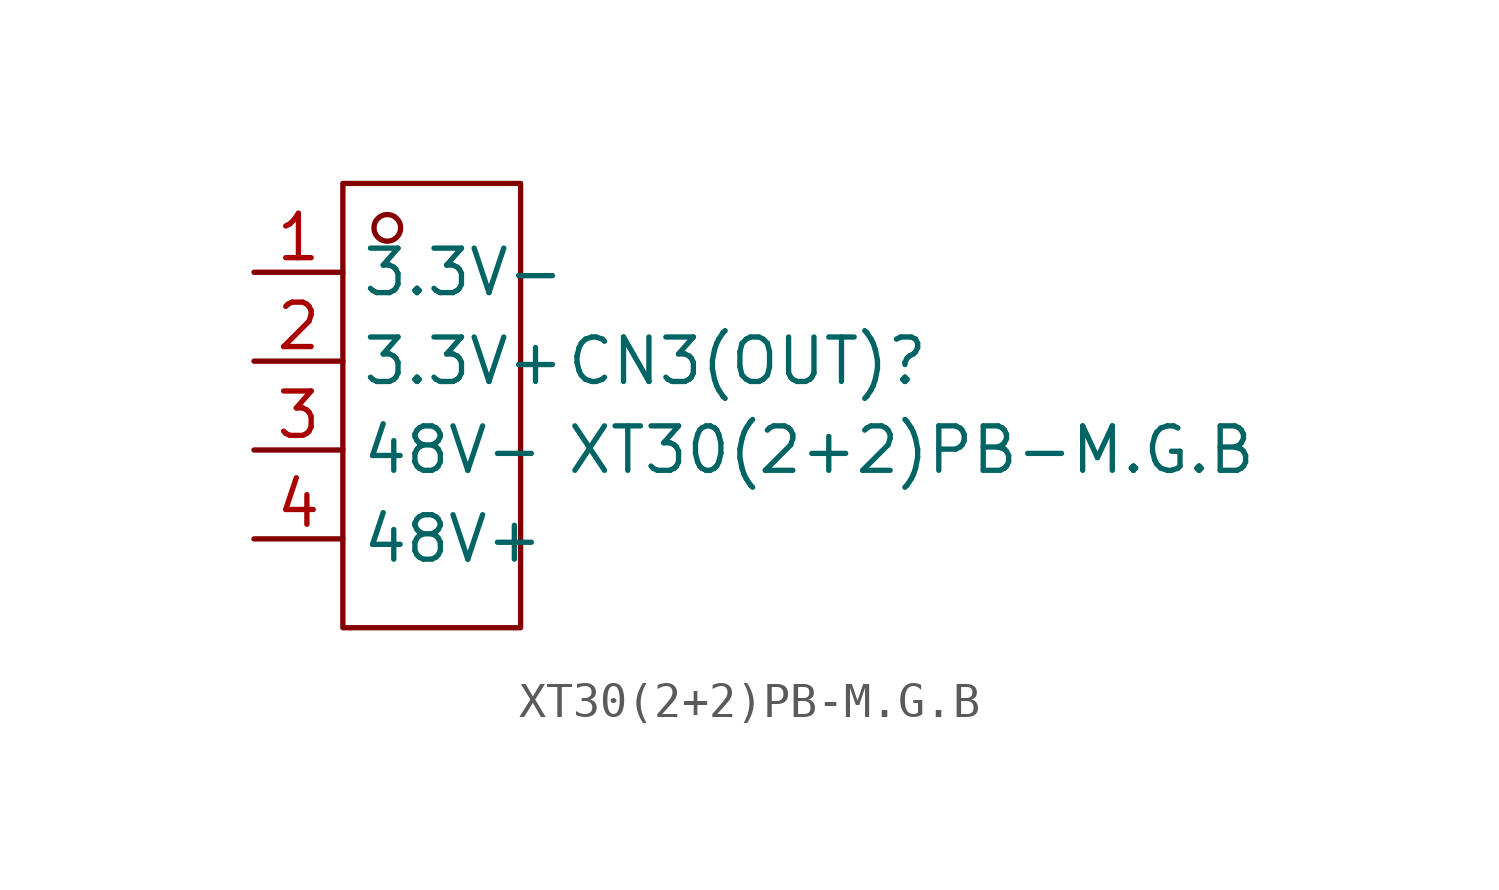
<source format=kicad_sym>
(kicad_symbol_lib
  (version 20241209)
  (generator "kicad_symbol_editor")
  (generator_version "9.0")
  (symbol "XT30(2+2)PB-M.G.B"
    (property "Reference" "CN3(OUT)"
      (at 3.81 1.27 0)
      (effects (font (size 1.27 1.27)) (justify left)))
    (property "Value" "XT30(2+2)PB-M.G.B"
      (at 3.81 -1.27 0)
      (effects (font (size 1.27 1.27)) (justify left)))
    (symbol "XT30(2+2)PB-M.G.B_1_0"
      (rectangle (start -2.54 6.35) (end 2.54 -6.35) (stroke (width 0) (type default)) (fill (type none)))
      (circle (center -1.27 5.08) (radius 0.381) (stroke (width 0) (type default)) (fill (type none)))
      (pin unspecified line (at -5.08 3.81 0) (length 2.54) (name "3.3V-" (effects (font (size 1.27 1.27)))) (number "1" (effects (font (size 1.27 1.27)))))
      (pin unspecified line (at -5.08 1.27 0) (length 2.54) (name "3.3V+" (effects (font (size 1.27 1.27)))) (number "2" (effects (font (size 1.27 1.27)))))
      (pin unspecified line (at -5.08 -1.27 0) (length 2.54) (name "48V-" (effects (font (size 1.27 1.27)))) (number "3" (effects (font (size 1.27 1.27)))))
      (pin unspecified line (at -5.08 -3.81 0) (length 2.54) (name "48V+" (effects (font (size 1.27 1.27)))) (number "4" (effects (font (size 1.27 1.27))))))))
</source>
